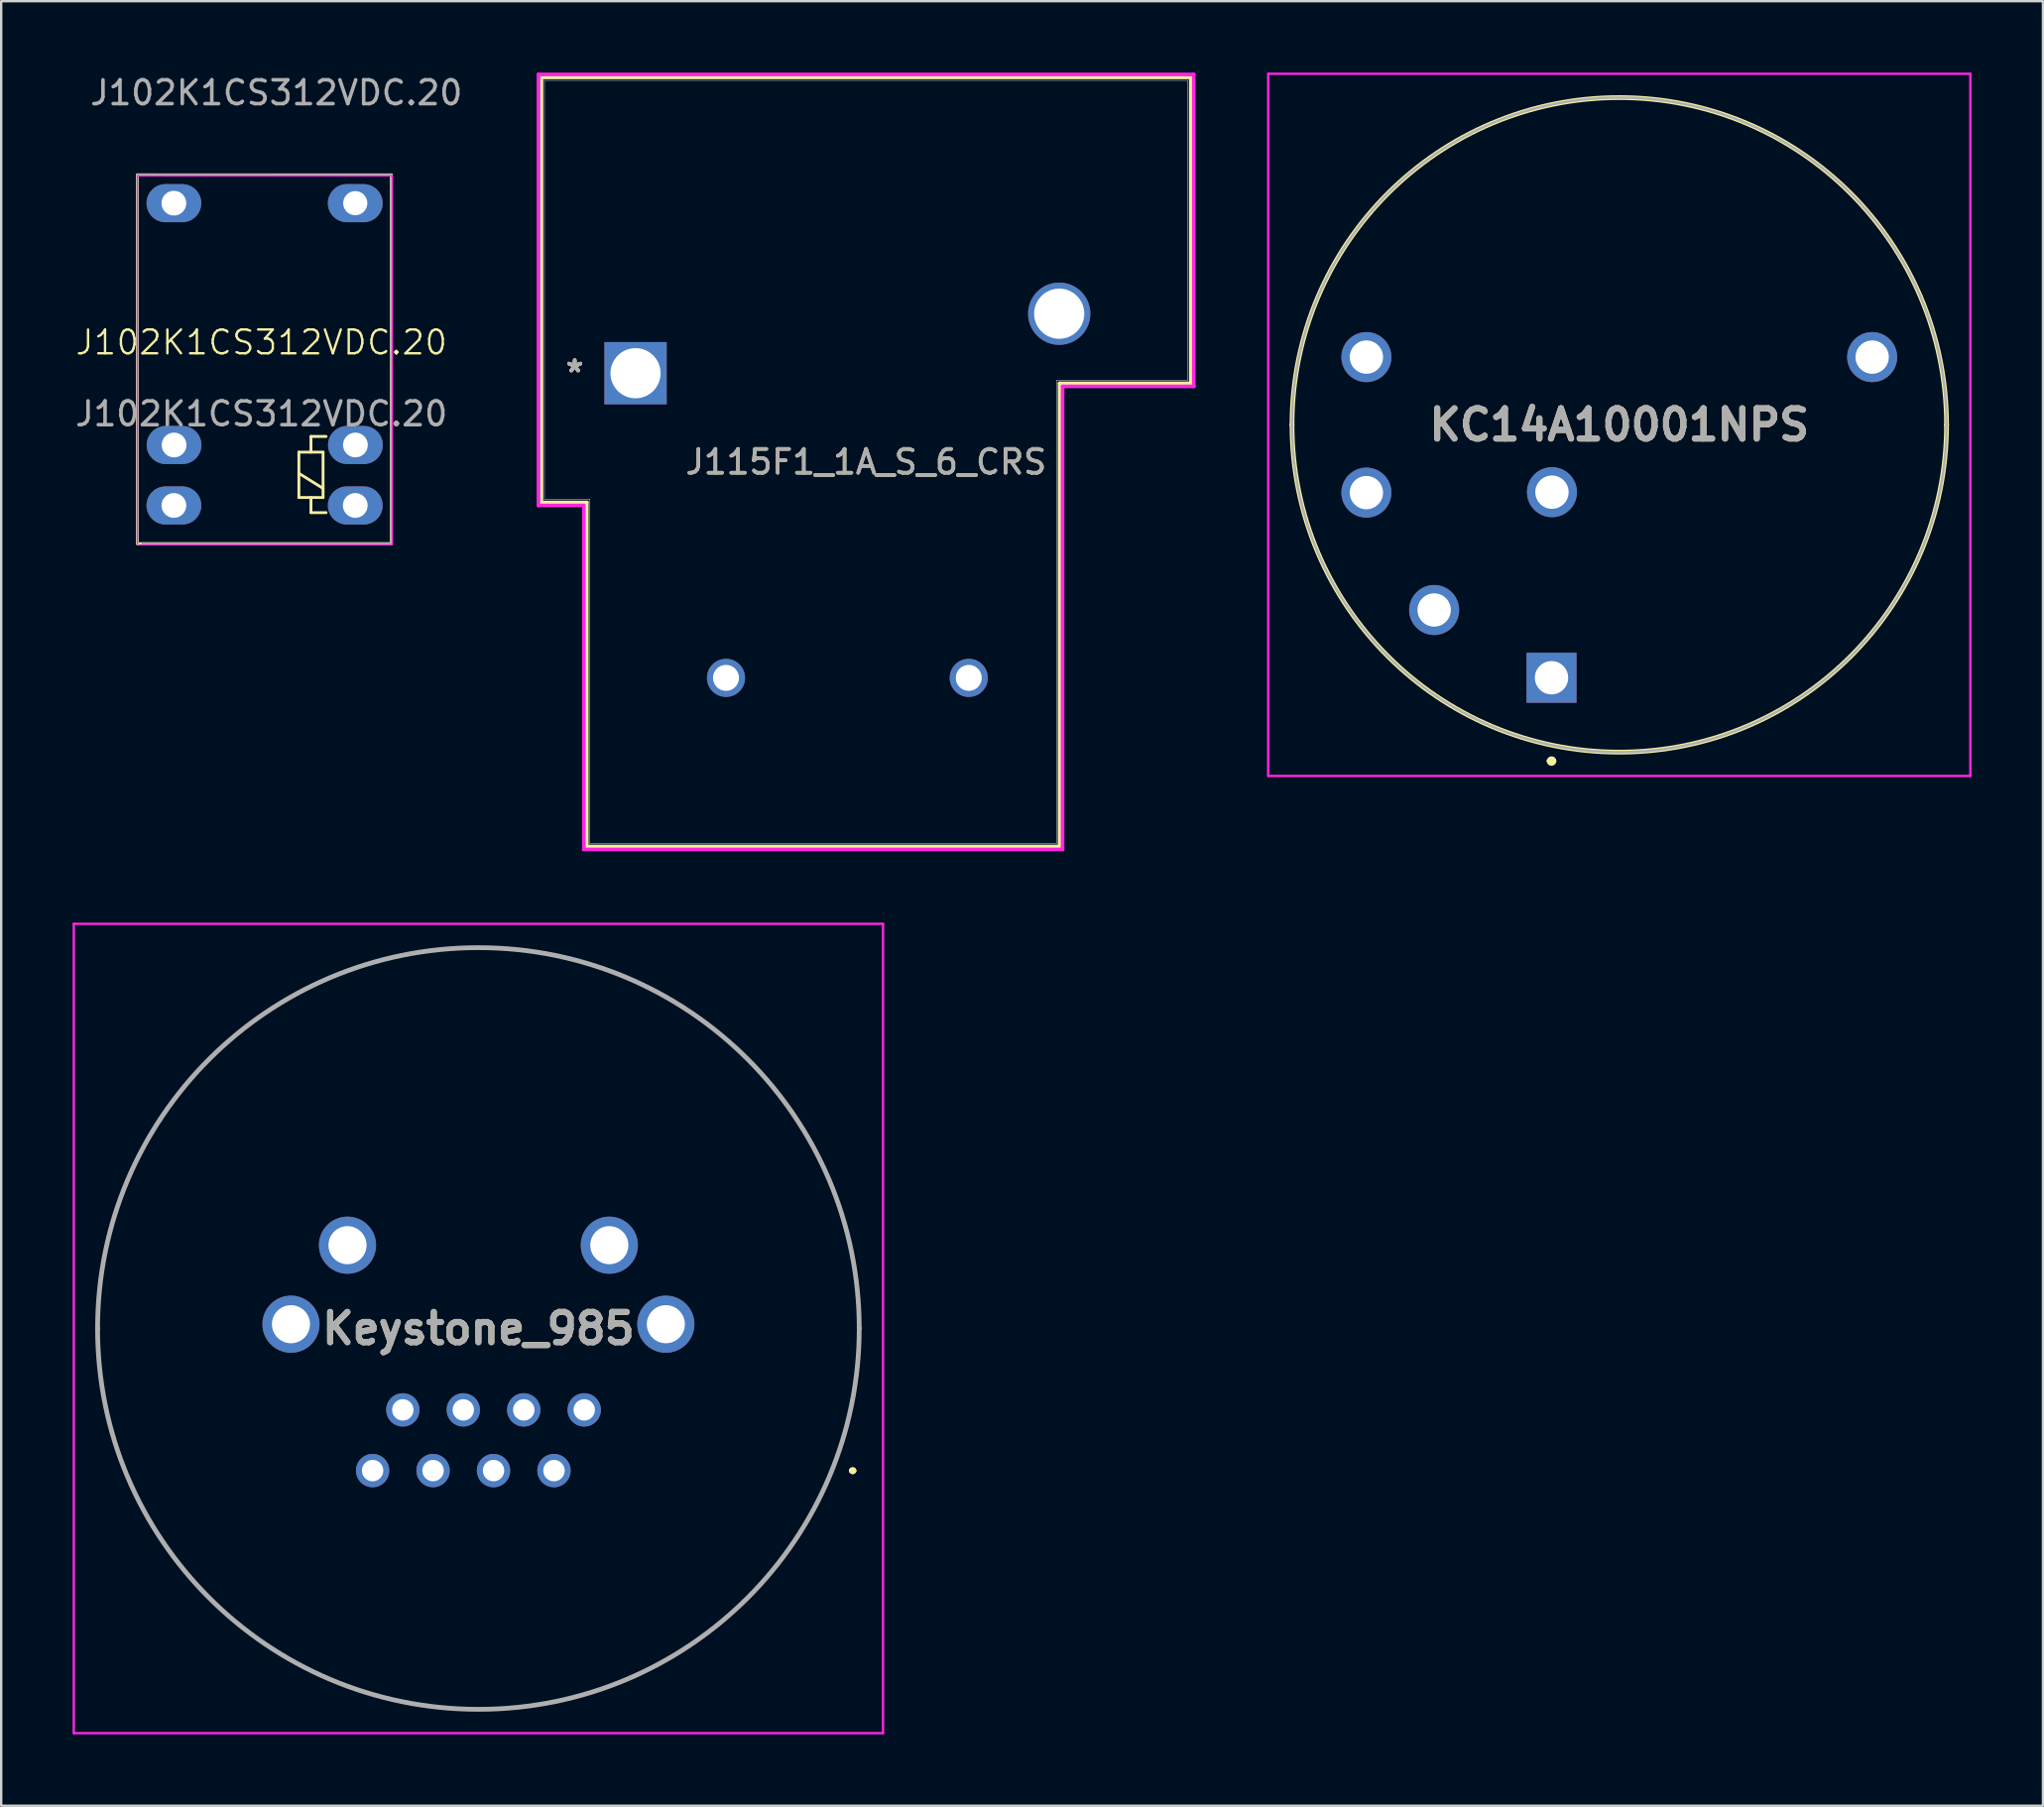
<source format=kicad_pcb>
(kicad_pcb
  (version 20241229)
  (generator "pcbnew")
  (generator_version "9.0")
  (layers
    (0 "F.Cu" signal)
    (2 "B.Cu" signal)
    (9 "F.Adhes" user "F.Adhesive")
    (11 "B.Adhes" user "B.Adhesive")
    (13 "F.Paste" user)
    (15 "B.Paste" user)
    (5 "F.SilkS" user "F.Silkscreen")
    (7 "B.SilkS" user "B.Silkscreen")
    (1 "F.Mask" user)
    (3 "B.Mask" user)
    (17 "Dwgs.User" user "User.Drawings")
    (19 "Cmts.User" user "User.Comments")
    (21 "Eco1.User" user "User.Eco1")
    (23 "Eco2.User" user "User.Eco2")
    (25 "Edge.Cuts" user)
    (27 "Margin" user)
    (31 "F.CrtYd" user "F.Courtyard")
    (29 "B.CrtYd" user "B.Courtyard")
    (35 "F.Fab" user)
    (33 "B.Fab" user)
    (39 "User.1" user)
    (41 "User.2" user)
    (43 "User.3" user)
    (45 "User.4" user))
  (footprint "J102K1CS312VDC.20"
    (layer "F.Cu")
    (at 7.935 11.836)
    (property "Reference" "J102K1CS312VDC.20" (at 0 -0.5 0) (unlocked yes) (layer "F.SilkS") (effects (font (size 1 1) (thickness 0.1))))
    (attr through_hole)
    (fp_line (start -5.21 -7.54) (end 5.458 -7.54) (stroke (width 0.12) (type solid)) (layer "F.SilkS"))
    (fp_line (start -5.21 7.954) (end -5.21 -7.54) (stroke (width 0.12) (type solid)) (layer "F.SilkS"))
    (fp_line (start 1.572 4.111) (end 1.572 6.016) (stroke (width 0.12) (type solid)) (layer "F.SilkS"))
    (fp_line (start 2.08 3.451) (end 2.08 4.111) (stroke (width 0.12) (type solid)) (layer "F.SilkS"))
    (fp_line (start 2.08 6.651) (end 2.08 6.016) (stroke (width 0.12) (type solid)) (layer "F.SilkS"))
    (fp_line (start 2.588 4.111) (end 1.572 4.111) (stroke (width 0.12) (type solid)) (layer "F.SilkS"))
    (fp_line (start 2.588 5.635) (end 1.572 5) (stroke (width 0.12) (type solid)) (layer "F.SilkS"))
    (fp_line (start 2.588 6.016) (end 1.572 6.016) (stroke (width 0.12) (type solid)) (layer "F.SilkS"))
    (fp_line (start 2.588 6.016) (end 2.588 4.111) (stroke (width 0.12) (type solid)) (layer "F.SilkS"))
    (fp_line (start 2.715 3.451) (end 2.08 3.451) (stroke (width 0.12) (type solid)) (layer "F.SilkS"))
    (fp_line (start 2.715 6.651) (end 2.08 6.651) (stroke (width 0.12) (type solid)) (layer "F.SilkS"))
    (fp_line (start 5.458 -7.54) (end 5.458 7.954) (stroke (width 0.12) (type solid)) (layer "F.SilkS"))
    (fp_line (start 5.458 7.954) (end -5.21 7.954) (stroke (width 0.12) (type solid)) (layer "F.SilkS"))
    (fp_line (start -5.21 -7.5) (end 5.5 -7.5) (stroke (width 0.05) (type solid)) (layer "F.CrtYd"))
    (fp_line (start -5.21 7.954) (end -5.21 -7.5) (stroke (width 0.05) (type solid)) (layer "F.CrtYd"))
    (fp_line (start 5.5 -7.5) (end 5.5 8) (stroke (width 0.05) (type solid)) (layer "F.CrtYd"))
    (fp_line (start 5.5 8) (end -5.13 8) (stroke (width 0.05) (type solid)) (layer "F.CrtYd"))
    (fp_line (start -5.21 -7.546) (end 5.458 -7.54) (stroke (width 0.1) (type solid)) (layer "F.Fab"))
    (fp_line (start -5.21 7.954) (end -5.21 -7.546) (stroke (width 0.1) (type solid)) (layer "F.Fab"))
    (fp_line (start 5.458 -7.54) (end 5.458 7.954) (stroke (width 0.1) (type solid)) (layer "F.Fab"))
    (fp_line (start 5.458 7.954) (end -5 7.954) (stroke (width 0.1) (type solid)) (layer "F.Fab"))
    (fp_text user "${REFERENCE}" (at 0.627 -10.988 0) (layer "F.Fab") (effects (font (size 1 1) (thickness 0.15))))
    (fp_text user "${REFERENCE}" (at 0 2.5 0) (unlocked yes) (layer "F.Fab") (effects (font (size 1 1) (thickness 0.15))))
    (pad "1" thru_hole oval (at -3.679 6.35) (size 2.3 1.6) (drill 1.041) (layers "*.Cu" "*.Mask"))
    (pad "2" thru_hole oval (at -3.679 -6.35) (size 2.3 1.6) (drill 1.041) (layers "*.Cu" "*.Mask"))
    (pad "3" thru_hole oval (at 3.941 -6.35) (size 2.3 1.6) (drill 1.016) (layers "*.Cu" "*.Mask"))
    (pad "4" thru_hole oval (at -3.672 3.81) (size 2.3 1.6) (drill 1.041) (layers "*.Cu" "*.Mask"))
    (pad "A1" thru_hole oval (at 3.948 3.81) (size 2.3 1.6) (drill 1.041) (layers "*.Cu" "*.Mask"))
    (pad "A2" thru_hole oval (at 3.941 6.35) (size 2.3 1.6) (drill 1.041) (layers "*.Cu" "*.Mask")))
  (footprint "KC14A10001NPS"
    (layer "F.Cu")
    (at 62.136 25.425)
    (property "Reference" "KC14A10001NPS" (at 2.847 -10.625 0) (layer "F.SilkS") (effects (font (size 1.27 1.27) (thickness 0.254))))
    (attr through_hole)
    (fp_line (start -10.903 -10.625) (end -10.903 -10.625) (stroke (width 0.2) (type solid)) (layer "F.SilkS"))
    (fp_line (start -0.1 3.5) (end -0.1 3.5) (stroke (width 0.2) (type solid)) (layer "F.SilkS"))
    (fp_line (start 0.1 3.5) (end 0.1 3.5) (stroke (width 0.2) (type solid)) (layer "F.SilkS"))
    (fp_line (start 16.597 -10.625) (end 16.597 -10.625) (stroke (width 0.2) (type solid)) (layer "F.SilkS"))
    (fp_arc (start -10.903 -10.625) (mid 2.847 -24.375) (end 16.597 -10.625) (stroke (width 0.2) (type solid)) (layer "F.SilkS"))
    (fp_arc (start -0.1 3.5) (mid 0 3.4) (end 0.1 3.5) (stroke (width 0.2) (type solid)) (layer "F.SilkS"))
    (fp_arc (start 0.1 3.5) (mid 0 3.6) (end -0.1 3.5) (stroke (width 0.2) (type solid)) (layer "F.SilkS"))
    (fp_arc (start 16.597 -10.625) (mid 2.847 3.125) (end -10.903 -10.625) (stroke (width 0.2) (type solid)) (layer "F.SilkS"))
    (fp_line (start -11.903 -25.375) (end 17.597 -25.375) (stroke (width 0.1) (type solid)) (layer "F.CrtYd"))
    (fp_line (start -11.903 4.125) (end -11.903 -25.375) (stroke (width 0.1) (type solid)) (layer "F.CrtYd"))
    (fp_line (start 17.597 -25.375) (end 17.597 4.125) (stroke (width 0.1) (type solid)) (layer "F.CrtYd"))
    (fp_line (start 17.597 4.125) (end -11.903 4.125) (stroke (width 0.1) (type solid)) (layer "F.CrtYd"))
    (fp_line (start -10.903 -10.625) (end -10.903 -10.625) (stroke (width 0.1) (type solid)) (layer "F.Fab"))
    (fp_line (start 16.597 -10.625) (end 16.597 -10.625) (stroke (width 0.1) (type solid)) (layer "F.Fab"))
    (fp_arc (start -10.903 -10.625) (mid 2.847 -24.375) (end 16.597 -10.625) (stroke (width 0.1) (type solid)) (layer "F.Fab"))
    (fp_arc (start 16.597 -10.625) (mid 2.847 3.125) (end -10.903 -10.625) (stroke (width 0.1) (type solid)) (layer "F.Fab"))
    (fp_text user "${REFERENCE}" (at 2.847 -10.625 0) (layer "F.Fab") (effects (font (size 1.27 1.27) (thickness 0.254))))
    (pad "1" thru_hole rect (at 0 0) (size 2.1 2.1) (drill 1.4) (layers "*.Cu" "*.Mask"))
    (pad "2" thru_hole circle (at -4.931 -2.847) (size 2.1 2.1) (drill 1.4) (layers "*.Cu" "*.Mask"))
    (pad "3" thru_hole circle (at -7.778 -7.778) (size 2.1 2.1) (drill 1.4) (layers "*.Cu" "*.Mask"))
    (pad "4" thru_hole circle (at -7.778 -13.472) (size 2.1 2.1) (drill 1.4) (layers "*.Cu" "*.Mask"))
    (pad "5" thru_hole circle (at 0.019 -7.797) (size 2.1 2.1) (drill 1.4) (layers "*.Cu" "*.Mask"))
    (pad "MP" thru_hole circle (at 13.472 -13.472) (size 2.1 2.1) (drill 1.4) (layers "*.Cu" "*.Mask")))
  (footprint "J115F1_1A_S_6_CRS"
    (layer "F.Cu")
    (at 23.652 12.63)
    (property "Reference" "J115F1_1A_S_6_CRS" (at 9.687 3.727 0) (unlocked yes) (layer "F.SilkS") (effects (font (size 1 1) (thickness 0.15))))
    (attr through_hole)
    (fp_line (start -3.953 -12.427) (end -3.953 5.429) (stroke (width 0.152) (type solid)) (layer "F.SilkS"))
    (fp_line (start -3.953 5.429) (end -2.048 5.429) (stroke (width 0.152) (type solid)) (layer "F.SilkS"))
    (fp_line (start -2.048 5.429) (end -2.048 19.882) (stroke (width 0.152) (type solid)) (layer "F.SilkS"))
    (fp_line (start -2.048 19.882) (end 17.815 19.882) (stroke (width 0.152) (type solid)) (layer "F.SilkS"))
    (fp_line (start 17.815 0.425) (end 23.327 0.425) (stroke (width 0.152) (type solid)) (layer "F.SilkS"))
    (fp_line (start 17.815 19.882) (end 17.815 0.425) (stroke (width 0.152) (type solid)) (layer "F.SilkS"))
    (fp_line (start 23.327 -12.427) (end -3.953 -12.427) (stroke (width 0.152) (type solid)) (layer "F.SilkS"))
    (fp_line (start 23.327 0.425) (end 23.327 -12.427) (stroke (width 0.152) (type solid)) (layer "F.SilkS"))
    (fp_line (start -4.08 -12.554) (end -4.08 5.556) (stroke (width 0.152) (type solid)) (layer "F.CrtYd"))
    (fp_line (start -4.08 5.556) (end -2.175 5.556) (stroke (width 0.152) (type solid)) (layer "F.CrtYd"))
    (fp_line (start -2.175 5.556) (end -2.175 20.009) (stroke (width 0.152) (type solid)) (layer "F.CrtYd"))
    (fp_line (start -2.175 20.009) (end 17.942 20.009) (stroke (width 0.152) (type solid)) (layer "F.CrtYd"))
    (fp_line (start 17.942 0.552) (end 23.454 0.552) (stroke (width 0.152) (type solid)) (layer "F.CrtYd"))
    (fp_line (start 17.942 20.009) (end 17.942 0.552) (stroke (width 0.152) (type solid)) (layer "F.CrtYd"))
    (fp_line (start 23.454 -12.554) (end -4.08 -12.554) (stroke (width 0.152) (type solid)) (layer "F.CrtYd"))
    (fp_line (start 23.454 0.552) (end 23.454 -12.554) (stroke (width 0.152) (type solid)) (layer "F.CrtYd"))
    (fp_line (start -3.826 5.302) (end -3.826 -12.3) (stroke (width 0.025) (type solid)) (layer "F.Fab"))
    (fp_line (start -3.826 5.302) (end -1.921 5.302) (stroke (width 0.025) (type solid)) (layer "F.Fab"))
    (fp_line (start -1.921 5.302) (end -1.921 19.755) (stroke (width 0.025) (type solid)) (layer "F.Fab"))
    (fp_line (start -1.921 19.755) (end 17.688 19.755) (stroke (width 0.025) (type solid)) (layer "F.Fab"))
    (fp_line (start 17.688 0.298) (end 23.2 0.298) (stroke (width 0.025) (type solid)) (layer "F.Fab"))
    (fp_line (start 17.688 19.755) (end 17.688 0.298) (stroke (width 0.025) (type solid)) (layer "F.Fab"))
    (fp_line (start 23.2 -12.3) (end -3.826 -12.3) (stroke (width 0.025) (type solid)) (layer "F.Fab"))
    (fp_line (start 23.2 0.298) (end 23.2 -12.3) (stroke (width 0.025) (type solid)) (layer "F.Fab"))
    (fp_text user "*" (at -2.556 0 0) (layer "F.SilkS") (effects (font (size 1 1) (thickness 0.15))))
    (fp_text user "*" (at -2.556 0 0) (unlocked yes) (layer "F.SilkS") (effects (font (size 1 1) (thickness 0.15))))
    (fp_text user "*" (at -2.556 0 0) (layer "F.Fab") (effects (font (size 1 1) (thickness 0.15))))
    (fp_text user "*" (at -2.556 0 0) (unlocked yes) (layer "F.Fab") (effects (font (size 1 1) (thickness 0.15))))
    (fp_text user "${REFERENCE}" (at 9.687 3.727 0) (unlocked yes) (layer "F.Fab") (effects (font (size 1 1) (thickness 0.15))))
    (pad "1" thru_hole rect (at 0 0) (size 2.616 2.616) (drill 2.108) (layers "*.Cu" "*.Mask"))
    (pad "2" thru_hole circle (at 3.8 12.8) (size 1.6 1.6) (drill 1.092) (layers "*.Cu" "*.Mask"))
    (pad "3" thru_hole circle (at 14 12.8) (size 1.6 1.6) (drill 1.092) (layers "*.Cu" "*.Mask"))
    (pad "4" thru_hole circle (at 17.8 -2.5) (size 2.616 2.616) (drill 2.108) (layers "*.Cu" "*.Mask")))
  (footprint "Keystone_985"
    (layer "F.Cu")
    (at 17.05 52.765)
    (property "Reference" "Keystone_985" (at 0 0 0) (layer "F.SilkS") (effects (font (size 1.27 1.27) (thickness 0.254))))
    (attr through_hole)
    (fp_line (start -16 0) (end -16 0) (stroke (width 0.1) (type solid)) (layer "F.SilkS"))
    (fp_line (start 15.675 5.97) (end 15.675 5.97) (stroke (width 0.2) (type solid)) (layer "F.SilkS"))
    (fp_line (start 15.675 5.97) (end 15.675 5.97) (stroke (width 0.2) (type solid)) (layer "F.SilkS"))
    (fp_line (start 15.775 5.97) (end 15.775 5.97) (stroke (width 0.2) (type solid)) (layer "F.SilkS"))
    (fp_line (start 16 0) (end 16 0) (stroke (width 0.1) (type solid)) (layer "F.SilkS"))
    (fp_arc (start -16 0) (mid 0 -16) (end 16 0) (stroke (width 0.1) (type solid)) (layer "F.SilkS"))
    (fp_arc (start 15.675 5.97) (mid 15.725 5.92) (end 15.775 5.97) (stroke (width 0.2) (type solid)) (layer "F.SilkS"))
    (fp_arc (start 15.775 5.97) (mid 15.725 6.02) (end 15.675 5.97) (stroke (width 0.2) (type solid)) (layer "F.SilkS"))
    (fp_arc (start 15.775 5.97) (mid 15.725 6.02) (end 15.675 5.97) (stroke (width 0.2) (type solid)) (layer "F.SilkS"))
    (fp_arc (start 16 0) (mid 0 16) (end -16 0) (stroke (width 0.1) (type solid)) (layer "F.SilkS"))
    (fp_line (start -17 -17) (end 17 -17) (stroke (width 0.1) (type solid)) (layer "F.CrtYd"))
    (fp_line (start -17 17) (end -17 -17) (stroke (width 0.1) (type solid)) (layer "F.CrtYd"))
    (fp_line (start 17 -17) (end 17 17) (stroke (width 0.1) (type solid)) (layer "F.CrtYd"))
    (fp_line (start 17 17) (end -17 17) (stroke (width 0.1) (type solid)) (layer "F.CrtYd"))
    (fp_line (start -16 0) (end -16 0) (stroke (width 0.2) (type solid)) (layer "F.Fab"))
    (fp_line (start 16 0) (end 16 0) (stroke (width 0.2) (type solid)) (layer "F.Fab"))
    (fp_arc (start -16 0) (mid 0 -16) (end 16 0) (stroke (width 0.2) (type solid)) (layer "F.Fab"))
    (fp_arc (start 16 0) (mid 0 16) (end -16 0) (stroke (width 0.2) (type solid)) (layer "F.Fab"))
    (fp_text user "${REFERENCE}" (at 0 0 0) (layer "F.Fab") (effects (font (size 1.27 1.27) (thickness 0.254))))
    (pad "1" thru_hole circle (at 3.175 5.97) (size 1.4 1.4) (drill 0.9) (layers "*.Cu" "*.Mask"))
    (pad "2" thru_hole circle (at 4.445 3.42) (size 1.4 1.4) (drill 0.9) (layers "*.Cu" "*.Mask"))
    (pad "3" thru_hole circle (at 1.905 3.42) (size 1.4 1.4) (drill 0.9) (layers "*.Cu" "*.Mask"))
    (pad "4" thru_hole circle (at -0.635 3.42) (size 1.4 1.4) (drill 0.9) (layers "*.Cu" "*.Mask"))
    (pad "5" thru_hole circle (at 0.635 5.97) (size 1.4 1.4) (drill 0.9) (layers "*.Cu" "*.Mask"))
    (pad "6" thru_hole circle (at -1.905 5.97) (size 1.4 1.4) (drill 0.9) (layers "*.Cu" "*.Mask"))
    (pad "7" thru_hole circle (at -4.445 5.97) (size 1.4 1.4) (drill 0.9) (layers "*.Cu" "*.Mask"))
    (pad "8" thru_hole circle (at -3.175 3.42) (size 1.4 1.4) (drill 0.9) (layers "*.Cu" "*.Mask"))
    (pad "MH1" thru_hole circle (at -7.875 -0.18) (size 2.4 2.4) (drill 1.6) (layers "*.Cu" "*.Mask"))
    (pad "MH2" thru_hole circle (at 7.875 -0.18) (size 2.4 2.4) (drill 1.6) (layers "*.Cu" "*.Mask"))
    (pad "MH3" thru_hole circle (at 5.5 -3.5) (size 2.4 2.4) (drill 1.6) (layers "*.Cu" "*.Mask"))
    (pad "MH4" thru_hole circle (at -5.5 -3.5) (size 2.4 2.4) (drill 1.6) (layers "*.Cu" "*.Mask")))
  (gr_rect
    (start -3 -3)
    (end 82.783 72.815)
    (stroke (width 0.1) (type default))
    (fill no)
    (layer "Edge.Cuts")))
</source>
